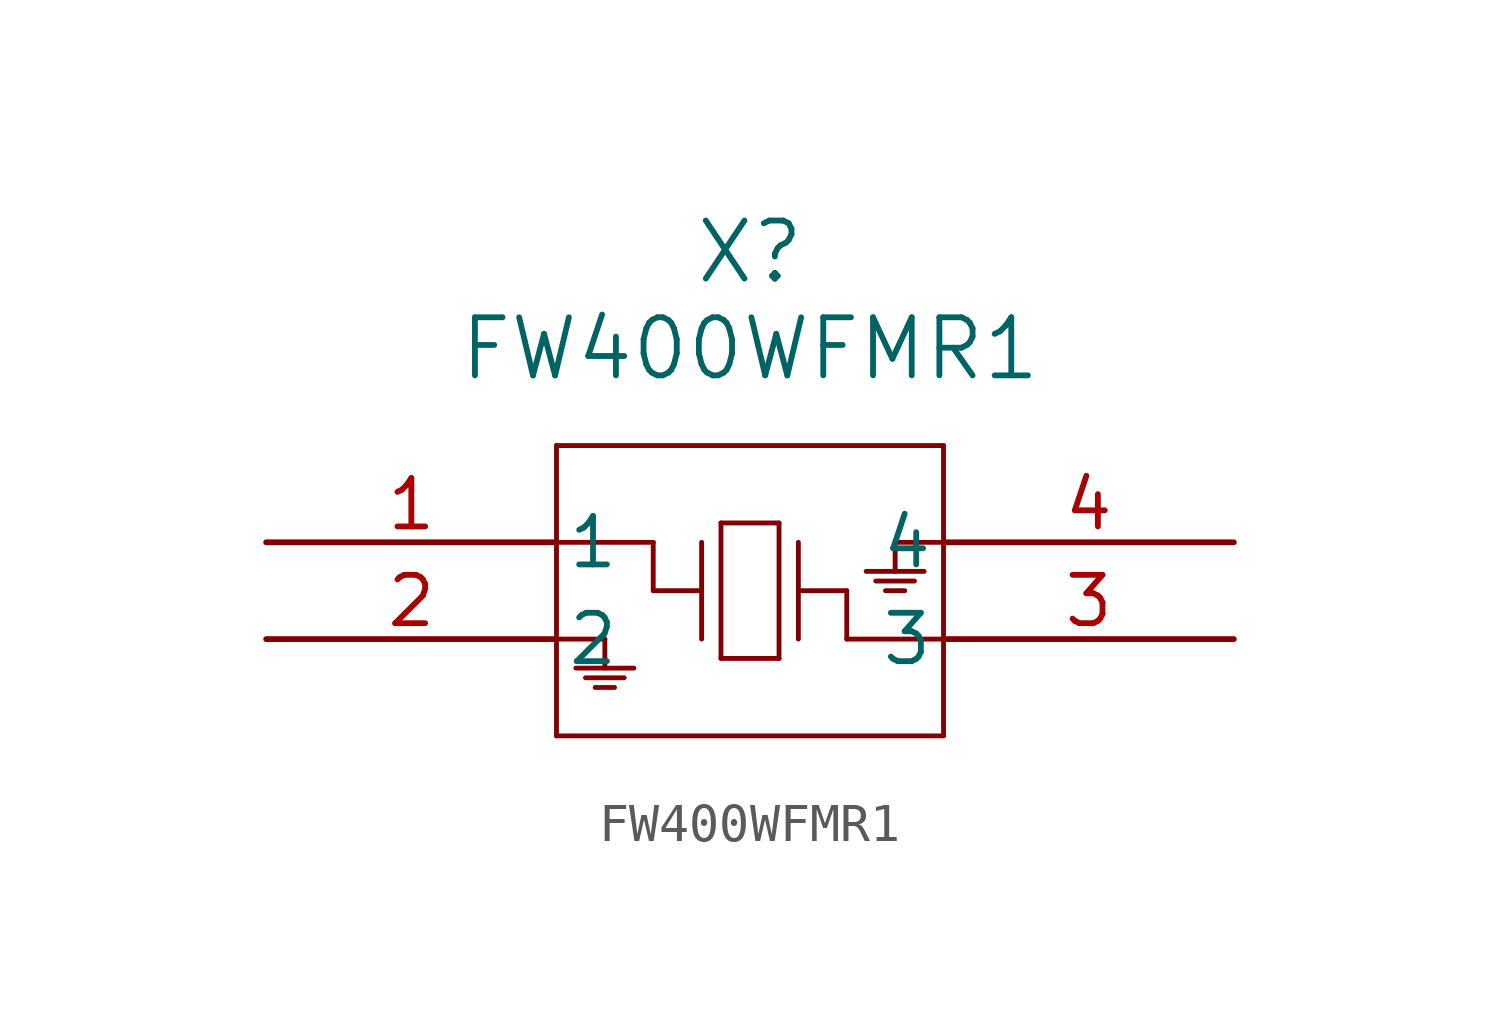
<source format=kicad_sym>
(kicad_symbol_lib
  (version 20211014)
  (generator kicad_symbol_editor)
  (symbol "FW400WFMR1"
    (pin_names
      (offset 0.254))
    (property "Reference" "X"
      (at 12.7 7.62 0)
      (effects (font (size 1.524 1.524))))
    (property "Value" "FW400WFMR1"
      (at 12.7 5.08 0)
      (effects (font (size 1.524 1.524))))
    (symbol "FW400WFMR1_0_1"
      (polyline (pts (xy 7.62 2.54) (xy 7.62 -5.08)) (stroke (width 0.127) (type default) (color 0 0 0 0)) (fill (type none)))
      (polyline (pts (xy 7.62 -5.08) (xy 17.78 -5.08)) (stroke (width 0.127) (type default) (color 0 0 0 0)) (fill (type none)))
      (polyline (pts (xy 17.78 -5.08) (xy 17.78 2.54)) (stroke (width 0.127) (type default) (color 0 0 0 0)) (fill (type none)))
      (polyline (pts (xy 17.78 2.54) (xy 7.62 2.54)) (stroke (width 0.127) (type default) (color 0 0 0 0)) (fill (type none)))
      (polyline (pts (xy 11.43 0) (xy 11.43 -2.54)) (stroke (width 0.127) (type default) (color 0 0 0 0)) (fill (type none)))
      (polyline (pts (xy 11.43 -1.27) (xy 10.16 -1.27)) (stroke (width 0.127) (type default) (color 0 0 0 0)) (fill (type none)))
      (polyline (pts (xy 10.16 -1.27) (xy 10.16 0)) (stroke (width 0.127) (type default) (color 0 0 0 0)) (fill (type none)))
      (polyline (pts (xy 10.16 0) (xy 7.62 0)) (stroke (width 0.127) (type default) (color 0 0 0 0)) (fill (type none)))
      (polyline (pts (xy 13.97 0) (xy 13.97 -2.54)) (stroke (width 0.127) (type default) (color 0 0 0 0)) (fill (type none)))
      (polyline (pts (xy 13.97 -1.27) (xy 15.24 -1.27)) (stroke (width 0.127) (type default) (color 0 0 0 0)) (fill (type none)))
      (polyline (pts (xy 15.24 -1.27) (xy 15.24 -2.54)) (stroke (width 0.127) (type default) (color 0 0 0 0)) (fill (type none)))
      (polyline (pts (xy 15.24 -2.54) (xy 17.78 -2.54)) (stroke (width 0.127) (type default) (color 0 0 0 0)) (fill (type none)))
      (polyline (pts (xy 11.938 0.508) (xy 11.938 -3.048)) (stroke (width 0.127) (type default) (color 0 0 0 0)) (fill (type none)))
      (polyline (pts (xy 11.938 -3.048) (xy 13.462 -3.048)) (stroke (width 0.127) (type default) (color 0 0 0 0)) (fill (type none)))
      (polyline (pts (xy 13.462 -3.048) (xy 13.462 0.508)) (stroke (width 0.127) (type default) (color 0 0 0 0)) (fill (type none)))
      (polyline (pts (xy 13.462 0.508) (xy 11.938 0.508)) (stroke (width 0.127) (type default) (color 0 0 0 0)) (fill (type none)))
      (polyline (pts (xy 7.62 -2.54) (xy 8.89 -2.54)) (stroke (width 0.127) (type default) (color 0 0 0 0)) (fill (type none)))
      (polyline (pts (xy 8.89 -2.54) (xy 8.89 -3.302)) (stroke (width 0.127) (type default) (color 0 0 0 0)) (fill (type none)))
      (polyline (pts (xy 8.636 -3.81) (xy 9.144 -3.81)) (stroke (width 0.127) (type default) (color 0 0 0 0)) (fill (type none)))
      (polyline (pts (xy 8.382 -3.556) (xy 9.398 -3.556)) (stroke (width 0.127) (type default) (color 0 0 0 0)) (fill (type none)))
      (polyline (pts (xy 8.128 -3.302) (xy 9.652 -3.302)) (stroke (width 0.127) (type default) (color 0 0 0 0)) (fill (type none)))
      (polyline (pts (xy 17.78 0) (xy 16.51 0)) (stroke (width 0.127) (type default) (color 0 0 0 0)) (fill (type none)))
      (polyline (pts (xy 16.51 0) (xy 16.51 -0.762)) (stroke (width 0.127) (type default) (color 0 0 0 0)) (fill (type none)))
      (polyline (pts (xy 16.764 -1.27) (xy 16.256 -1.27)) (stroke (width 0.127) (type default) (color 0 0 0 0)) (fill (type none)))
      (polyline (pts (xy 17.018 -1.016) (xy 16.002 -1.016)) (stroke (width 0.127) (type default) (color 0 0 0 0)) (fill (type none)))
      (polyline (pts (xy 17.272 -0.762) (xy 15.748 -0.762)) (stroke (width 0.127) (type default) (color 0 0 0 0)) (fill (type none)))
      (pin unspecified line (at 0 0 0) (length 7.62) (name "1" (effects (font (size 1.27 1.27)))) (number "1" (effects (font (size 1.27 1.27)))))
      (pin unspecified line (at 0 -2.54 0) (length 7.62) (name "2" (effects (font (size 1.27 1.27)))) (number "2" (effects (font (size 1.27 1.27)))))
      (pin unspecified line (at 25.4 -2.54 180) (length 7.62) (name "3" (effects (font (size 1.27 1.27)))) (number "3" (effects (font (size 1.27 1.27)))))
      (pin unspecified line (at 25.4 0 180) (length 7.62) (name "4" (effects (font (size 1.27 1.27)))) (number "4" (effects (font (size 1.27 1.27))))))))
</source>
